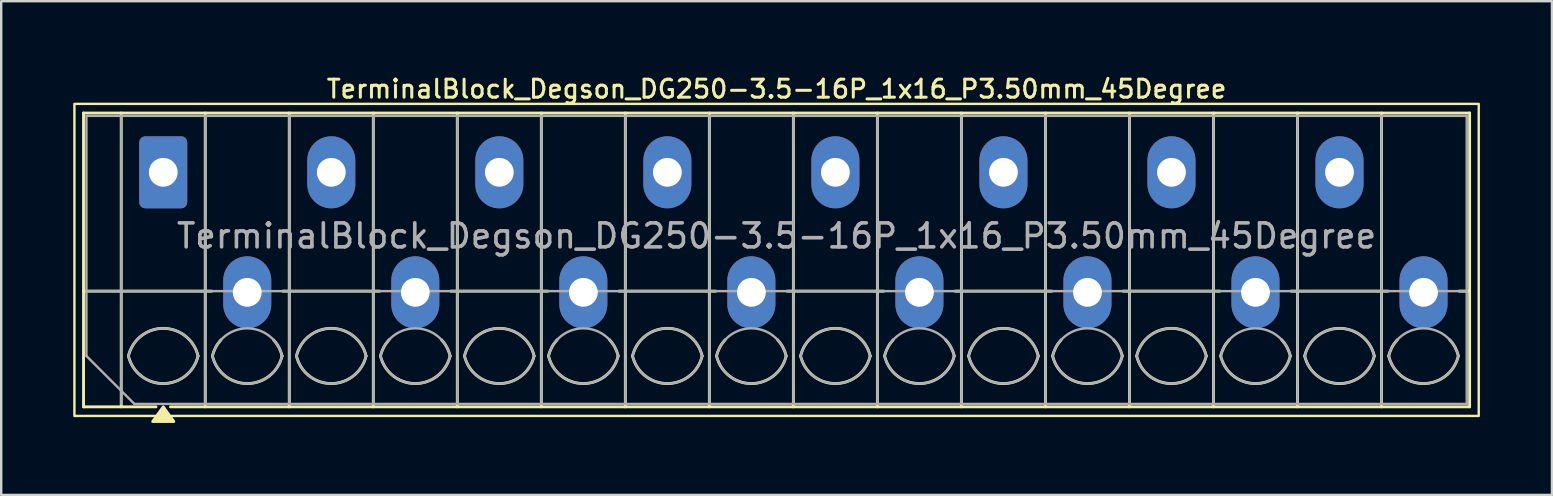
<source format=kicad_pcb>
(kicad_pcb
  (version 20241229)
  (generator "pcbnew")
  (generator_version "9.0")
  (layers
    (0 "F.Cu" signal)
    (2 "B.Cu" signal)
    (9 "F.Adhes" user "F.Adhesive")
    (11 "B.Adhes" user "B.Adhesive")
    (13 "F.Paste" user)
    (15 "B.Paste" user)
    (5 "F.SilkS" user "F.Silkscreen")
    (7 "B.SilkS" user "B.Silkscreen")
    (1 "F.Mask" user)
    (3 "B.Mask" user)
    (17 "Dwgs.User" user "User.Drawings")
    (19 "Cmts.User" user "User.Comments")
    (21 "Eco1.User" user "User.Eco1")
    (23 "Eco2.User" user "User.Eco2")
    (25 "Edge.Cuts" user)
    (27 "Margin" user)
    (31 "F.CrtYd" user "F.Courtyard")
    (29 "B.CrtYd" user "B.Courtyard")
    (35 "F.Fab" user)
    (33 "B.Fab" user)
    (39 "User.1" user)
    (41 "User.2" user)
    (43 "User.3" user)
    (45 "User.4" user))
  (footprint "TerminalBlock_Degson_DG250-3.5-16P_1x16_P3.50mm_45Degree"
    (layer "F.Cu")
    (at 3.75 4.128)
    (property "Reference" "TerminalBlock_Degson_DG250-3.5-16P_1x16_P3.50mm_45Degree" (at 25.55 -3.47 0) (layer "F.SilkS") (effects (font (size 0.75 0.75) (thickness 0.125))))
    (attr through_hole)
    (fp_line (start -3.32 -2.47) (end 54.42 -2.47) (stroke (width 0.12) (type solid)) (layer "F.SilkS"))
    (fp_line (start -3.32 4.95) (end 2.02 4.95) (stroke (width 0.12) (type solid)) (layer "F.SilkS"))
    (fp_line (start -3.32 9.77) (end -3.32 -2.47) (stroke (width 0.12) (type solid)) (layer "F.SilkS"))
    (fp_line (start -1.75 -2.47) (end -1.75 9.77) (stroke (width 0.12) (type solid)) (layer "F.SilkS"))
    (fp_line (start -0.3 9.77) (end -3.32 9.77) (stroke (width 0.12) (type solid)) (layer "F.SilkS"))
    (fp_line (start 1.75 -2.47) (end 1.75 9.77) (stroke (width 0.12) (type solid)) (layer "F.SilkS"))
    (fp_line (start 4.98 4.95) (end 9.02 4.95) (stroke (width 0.12) (type solid)) (layer "F.SilkS"))
    (fp_line (start 5.25 -2.47) (end 5.25 9.77) (stroke (width 0.12) (type solid)) (layer "F.SilkS"))
    (fp_line (start 8.75 -2.47) (end 8.75 9.77) (stroke (width 0.12) (type solid)) (layer "F.SilkS"))
    (fp_line (start 11.98 4.95) (end 16.02 4.95) (stroke (width 0.12) (type solid)) (layer "F.SilkS"))
    (fp_line (start 12.25 -2.47) (end 12.25 9.77) (stroke (width 0.12) (type solid)) (layer "F.SilkS"))
    (fp_line (start 15.75 -2.47) (end 15.75 9.77) (stroke (width 0.12) (type solid)) (layer "F.SilkS"))
    (fp_line (start 18.98 4.95) (end 23.02 4.95) (stroke (width 0.12) (type solid)) (layer "F.SilkS"))
    (fp_line (start 19.25 -2.47) (end 19.25 9.77) (stroke (width 0.12) (type solid)) (layer "F.SilkS"))
    (fp_line (start 22.75 -2.47) (end 22.75 9.77) (stroke (width 0.12) (type solid)) (layer "F.SilkS"))
    (fp_line (start 25.98 4.95) (end 30.02 4.95) (stroke (width 0.12) (type solid)) (layer "F.SilkS"))
    (fp_line (start 26.25 -2.47) (end 26.25 9.77) (stroke (width 0.12) (type solid)) (layer "F.SilkS"))
    (fp_line (start 29.75 -2.47) (end 29.75 9.77) (stroke (width 0.12) (type solid)) (layer "F.SilkS"))
    (fp_line (start 32.98 4.95) (end 37.02 4.95) (stroke (width 0.12) (type solid)) (layer "F.SilkS"))
    (fp_line (start 33.25 -2.47) (end 33.25 9.77) (stroke (width 0.12) (type solid)) (layer "F.SilkS"))
    (fp_line (start 36.75 -2.47) (end 36.75 9.77) (stroke (width 0.12) (type solid)) (layer "F.SilkS"))
    (fp_line (start 39.98 4.95) (end 44.02 4.95) (stroke (width 0.12) (type solid)) (layer "F.SilkS"))
    (fp_line (start 40.25 -2.47) (end 40.25 9.77) (stroke (width 0.12) (type solid)) (layer "F.SilkS"))
    (fp_line (start 43.75 -2.47) (end 43.75 9.77) (stroke (width 0.12) (type solid)) (layer "F.SilkS"))
    (fp_line (start 46.98 4.95) (end 51.02 4.95) (stroke (width 0.12) (type solid)) (layer "F.SilkS"))
    (fp_line (start 47.25 -2.47) (end 47.25 9.77) (stroke (width 0.12) (type solid)) (layer "F.SilkS"))
    (fp_line (start 50.75 -2.47) (end 50.75 9.77) (stroke (width 0.12) (type solid)) (layer "F.SilkS"))
    (fp_line (start 53.98 4.95) (end 54.42 4.95) (stroke (width 0.12) (type solid)) (layer "F.SilkS"))
    (fp_line (start 54.42 -2.47) (end 54.42 9.77) (stroke (width 0.12) (type solid)) (layer "F.SilkS"))
    (fp_line (start 54.42 9.77) (end 0.3 9.77) (stroke (width 0.12) (type solid)) (layer "F.SilkS"))
    (fp_rect (start -3.7 -2.85) (end 54.8 10.15) (stroke (width 0.1) (type solid)) (fill no) (layer "F.SilkS"))
    (fp_arc (start -1.45 7.65) (mid 0 6.5) (end 1.45 7.65) (stroke (width 0.12) (type solid)) (layer "F.SilkS"))
    (fp_arc (start 1.45 7.65) (mid 0 8.8) (end -1.45 7.65) (stroke (width 0.12) (type solid)) (layer "F.SilkS"))
    (fp_arc (start 2.05 7.65) (mid 2.18402 7.291962) (end 2.405 6.98) (stroke (width 0.12) (type solid)) (layer "F.SilkS"))
    (fp_arc (start 4.595 6.98) (mid 4.81598 7.291962) (end 4.95 7.65) (stroke (width 0.12) (type solid)) (layer "F.SilkS"))
    (fp_arc (start 4.95 7.65) (mid 3.5 8.8) (end 2.05 7.65) (stroke (width 0.12) (type solid)) (layer "F.SilkS"))
    (fp_arc (start 5.55 7.65) (mid 7 6.5) (end 8.45 7.65) (stroke (width 0.12) (type solid)) (layer "F.SilkS"))
    (fp_arc (start 8.45 7.65) (mid 7 8.8) (end 5.55 7.65) (stroke (width 0.12) (type solid)) (layer "F.SilkS"))
    (fp_arc (start 9.05 7.65) (mid 9.18402 7.291962) (end 9.405 6.98) (stroke (width 0.12) (type solid)) (layer "F.SilkS"))
    (fp_arc (start 11.595 6.98) (mid 11.81598 7.291962) (end 11.95 7.65) (stroke (width 0.12) (type solid)) (layer "F.SilkS"))
    (fp_arc (start 11.95 7.65) (mid 10.5 8.8) (end 9.05 7.65) (stroke (width 0.12) (type solid)) (layer "F.SilkS"))
    (fp_arc (start 12.55 7.65) (mid 14 6.5) (end 15.45 7.65) (stroke (width 0.12) (type solid)) (layer "F.SilkS"))
    (fp_arc (start 15.45 7.65) (mid 14 8.8) (end 12.55 7.65) (stroke (width 0.12) (type solid)) (layer "F.SilkS"))
    (fp_arc (start 16.05 7.65) (mid 16.18402 7.291962) (end 16.405 6.98) (stroke (width 0.12) (type solid)) (layer "F.SilkS"))
    (fp_arc (start 18.595 6.98) (mid 18.81598 7.291962) (end 18.95 7.65) (stroke (width 0.12) (type solid)) (layer "F.SilkS"))
    (fp_arc (start 18.95 7.65) (mid 17.5 8.8) (end 16.05 7.65) (stroke (width 0.12) (type solid)) (layer "F.SilkS"))
    (fp_arc (start 19.55 7.65) (mid 21 6.5) (end 22.45 7.65) (stroke (width 0.12) (type solid)) (layer "F.SilkS"))
    (fp_arc (start 22.45 7.65) (mid 21 8.8) (end 19.55 7.65) (stroke (width 0.12) (type solid)) (layer "F.SilkS"))
    (fp_arc (start 23.05 7.65) (mid 23.18402 7.291962) (end 23.405 6.98) (stroke (width 0.12) (type solid)) (layer "F.SilkS"))
    (fp_arc (start 25.595 6.98) (mid 25.81598 7.291962) (end 25.95 7.65) (stroke (width 0.12) (type solid)) (layer "F.SilkS"))
    (fp_arc (start 25.95 7.65) (mid 24.5 8.8) (end 23.05 7.65) (stroke (width 0.12) (type solid)) (layer "F.SilkS"))
    (fp_arc (start 26.55 7.65) (mid 28 6.5) (end 29.45 7.65) (stroke (width 0.12) (type solid)) (layer "F.SilkS"))
    (fp_arc (start 29.45 7.65) (mid 28 8.8) (end 26.55 7.65) (stroke (width 0.12) (type solid)) (layer "F.SilkS"))
    (fp_arc (start 30.05 7.65) (mid 30.18402 7.291962) (end 30.405 6.98) (stroke (width 0.12) (type solid)) (layer "F.SilkS"))
    (fp_arc (start 32.595 6.98) (mid 32.81598 7.291962) (end 32.95 7.65) (stroke (width 0.12) (type solid)) (layer "F.SilkS"))
    (fp_arc (start 32.95 7.65) (mid 31.5 8.8) (end 30.05 7.65) (stroke (width 0.12) (type solid)) (layer "F.SilkS"))
    (fp_arc (start 33.55 7.65) (mid 35 6.5) (end 36.45 7.65) (stroke (width 0.12) (type solid)) (layer "F.SilkS"))
    (fp_arc (start 36.45 7.65) (mid 35 8.8) (end 33.55 7.65) (stroke (width 0.12) (type solid)) (layer "F.SilkS"))
    (fp_arc (start 37.05 7.65) (mid 37.18402 7.291962) (end 37.405 6.98) (stroke (width 0.12) (type solid)) (layer "F.SilkS"))
    (fp_arc (start 39.595 6.98) (mid 39.81598 7.291962) (end 39.95 7.65) (stroke (width 0.12) (type solid)) (layer "F.SilkS"))
    (fp_arc (start 39.95 7.65) (mid 38.5 8.8) (end 37.05 7.65) (stroke (width 0.12) (type solid)) (layer "F.SilkS"))
    (fp_arc (start 40.55 7.65) (mid 42 6.5) (end 43.45 7.65) (stroke (width 0.12) (type solid)) (layer "F.SilkS"))
    (fp_arc (start 43.45 7.65) (mid 42 8.8) (end 40.55 7.65) (stroke (width 0.12) (type solid)) (layer "F.SilkS"))
    (fp_arc (start 44.05 7.65) (mid 44.18402 7.291962) (end 44.405 6.98) (stroke (width 0.12) (type solid)) (layer "F.SilkS"))
    (fp_arc (start 46.595 6.98) (mid 46.81598 7.291962) (end 46.95 7.65) (stroke (width 0.12) (type solid)) (layer "F.SilkS"))
    (fp_arc (start 46.95 7.65) (mid 45.5 8.8) (end 44.05 7.65) (stroke (width 0.12) (type solid)) (layer "F.SilkS"))
    (fp_arc (start 47.55 7.65) (mid 49 6.5) (end 50.45 7.65) (stroke (width 0.12) (type solid)) (layer "F.SilkS"))
    (fp_arc (start 50.45 7.65) (mid 49 8.8) (end 47.55 7.65) (stroke (width 0.12) (type solid)) (layer "F.SilkS"))
    (fp_arc (start 51.05 7.65) (mid 51.18402 7.291962) (end 51.405 6.98) (stroke (width 0.12) (type solid)) (layer "F.SilkS"))
    (fp_arc (start 53.595 6.98) (mid 53.81598 7.291962) (end 53.95 7.65) (stroke (width 0.12) (type solid)) (layer "F.SilkS"))
    (fp_arc (start 53.95 7.65) (mid 52.5 8.8) (end 51.05 7.65) (stroke (width 0.12) (type solid)) (layer "F.SilkS"))
    (fp_poly (pts (xy 0 9.77) (xy 0.44 10.38) (xy -0.44 10.38)) (stroke (width 0.12) (type solid)) (fill yes) (layer "F.SilkS"))
    (fp_line (start -3.2 -2.35) (end 54.3 -2.35) (stroke (width 0.1) (type solid)) (layer "F.Fab"))
    (fp_line (start -3.2 4.95) (end 54.3 4.95) (stroke (width 0.1) (type solid)) (layer "F.Fab"))
    (fp_line (start -3.2 7.65) (end -3.2 -2.35) (stroke (width 0.1) (type solid)) (layer "F.Fab"))
    (fp_line (start -1.75 -2.35) (end -1.75 9.65) (stroke (width 0.1) (type solid)) (layer "F.Fab"))
    (fp_line (start -1.2 9.65) (end -3.2 7.65) (stroke (width 0.1) (type solid)) (layer "F.Fab"))
    (fp_line (start 1.75 -2.35) (end 1.75 9.65) (stroke (width 0.1) (type solid)) (layer "F.Fab"))
    (fp_line (start 5.25 -2.35) (end 5.25 9.65) (stroke (width 0.1) (type solid)) (layer "F.Fab"))
    (fp_line (start 8.75 -2.35) (end 8.75 9.65) (stroke (width 0.1) (type solid)) (layer "F.Fab"))
    (fp_line (start 12.25 -2.35) (end 12.25 9.65) (stroke (width 0.1) (type solid)) (layer "F.Fab"))
    (fp_line (start 15.75 -2.35) (end 15.75 9.65) (stroke (width 0.1) (type solid)) (layer "F.Fab"))
    (fp_line (start 19.25 -2.35) (end 19.25 9.65) (stroke (width 0.1) (type solid)) (layer "F.Fab"))
    (fp_line (start 22.75 -2.35) (end 22.75 9.65) (stroke (width 0.1) (type solid)) (layer "F.Fab"))
    (fp_line (start 26.25 -2.35) (end 26.25 9.65) (stroke (width 0.1) (type solid)) (layer "F.Fab"))
    (fp_line (start 29.75 -2.35) (end 29.75 9.65) (stroke (width 0.1) (type solid)) (layer "F.Fab"))
    (fp_line (start 33.25 -2.35) (end 33.25 9.65) (stroke (width 0.1) (type solid)) (layer "F.Fab"))
    (fp_line (start 36.75 -2.35) (end 36.75 9.65) (stroke (width 0.1) (type solid)) (layer "F.Fab"))
    (fp_line (start 40.25 -2.35) (end 40.25 9.65) (stroke (width 0.1) (type solid)) (layer "F.Fab"))
    (fp_line (start 43.75 -2.35) (end 43.75 9.65) (stroke (width 0.1) (type solid)) (layer "F.Fab"))
    (fp_line (start 47.25 -2.35) (end 47.25 9.65) (stroke (width 0.1) (type solid)) (layer "F.Fab"))
    (fp_line (start 50.75 -2.35) (end 50.75 9.65) (stroke (width 0.1) (type solid)) (layer "F.Fab"))
    (fp_line (start 54.3 -2.35) (end 54.3 9.65) (stroke (width 0.1) (type solid)) (layer "F.Fab"))
    (fp_line (start 54.3 9.65) (end -1.2 9.65) (stroke (width 0.1) (type solid)) (layer "F.Fab"))
    (fp_arc (start -1.45 7.65) (mid 0 6.5) (end 1.45 7.65) (stroke (width 0.1) (type solid)) (layer "F.Fab"))
    (fp_arc (start 1.45 7.65) (mid 0 8.8) (end -1.45 7.65) (stroke (width 0.1) (type solid)) (layer "F.Fab"))
    (fp_arc (start 2.05 7.65) (mid 3.5 6.5) (end 4.95 7.65) (stroke (width 0.1) (type solid)) (layer "F.Fab"))
    (fp_arc (start 4.95 7.65) (mid 3.5 8.8) (end 2.05 7.65) (stroke (width 0.1) (type solid)) (layer "F.Fab"))
    (fp_arc (start 5.55 7.65) (mid 7 6.5) (end 8.45 7.65) (stroke (width 0.1) (type solid)) (layer "F.Fab"))
    (fp_arc (start 8.45 7.65) (mid 7 8.8) (end 5.55 7.65) (stroke (width 0.1) (type solid)) (layer "F.Fab"))
    (fp_arc (start 9.05 7.65) (mid 10.5 6.5) (end 11.95 7.65) (stroke (width 0.1) (type solid)) (layer "F.Fab"))
    (fp_arc (start 11.95 7.65) (mid 10.5 8.8) (end 9.05 7.65) (stroke (width 0.1) (type solid)) (layer "F.Fab"))
    (fp_arc (start 12.55 7.65) (mid 14 6.5) (end 15.45 7.65) (stroke (width 0.1) (type solid)) (layer "F.Fab"))
    (fp_arc (start 15.45 7.65) (mid 14 8.8) (end 12.55 7.65) (stroke (width 0.1) (type solid)) (layer "F.Fab"))
    (fp_arc (start 16.05 7.65) (mid 17.5 6.5) (end 18.95 7.65) (stroke (width 0.1) (type solid)) (layer "F.Fab"))
    (fp_arc (start 18.95 7.65) (mid 17.5 8.8) (end 16.05 7.65) (stroke (width 0.1) (type solid)) (layer "F.Fab"))
    (fp_arc (start 19.55 7.65) (mid 21 6.5) (end 22.45 7.65) (stroke (width 0.1) (type solid)) (layer "F.Fab"))
    (fp_arc (start 22.45 7.65) (mid 21 8.8) (end 19.55 7.65) (stroke (width 0.1) (type solid)) (layer "F.Fab"))
    (fp_arc (start 23.05 7.65) (mid 24.5 6.5) (end 25.95 7.65) (stroke (width 0.1) (type solid)) (layer "F.Fab"))
    (fp_arc (start 25.95 7.65) (mid 24.5 8.8) (end 23.05 7.65) (stroke (width 0.1) (type solid)) (layer "F.Fab"))
    (fp_arc (start 26.55 7.65) (mid 28 6.5) (end 29.45 7.65) (stroke (width 0.1) (type solid)) (layer "F.Fab"))
    (fp_arc (start 29.45 7.65) (mid 28 8.8) (end 26.55 7.65) (stroke (width 0.1) (type solid)) (layer "F.Fab"))
    (fp_arc (start 30.05 7.65) (mid 31.5 6.5) (end 32.95 7.65) (stroke (width 0.1) (type solid)) (layer "F.Fab"))
    (fp_arc (start 32.95 7.65) (mid 31.5 8.8) (end 30.05 7.65) (stroke (width 0.1) (type solid)) (layer "F.Fab"))
    (fp_arc (start 33.55 7.65) (mid 35 6.5) (end 36.45 7.65) (stroke (width 0.1) (type solid)) (layer "F.Fab"))
    (fp_arc (start 36.45 7.65) (mid 35 8.8) (end 33.55 7.65) (stroke (width 0.1) (type solid)) (layer "F.Fab"))
    (fp_arc (start 37.05 7.65) (mid 38.5 6.5) (end 39.95 7.65) (stroke (width 0.1) (type solid)) (layer "F.Fab"))
    (fp_arc (start 39.95 7.65) (mid 38.5 8.8) (end 37.05 7.65) (stroke (width 0.1) (type solid)) (layer "F.Fab"))
    (fp_arc (start 40.55 7.65) (mid 42 6.5) (end 43.45 7.65) (stroke (width 0.1) (type solid)) (layer "F.Fab"))
    (fp_arc (start 43.45 7.65) (mid 42 8.8) (end 40.55 7.65) (stroke (width 0.1) (type solid)) (layer "F.Fab"))
    (fp_arc (start 44.05 7.65) (mid 45.5 6.5) (end 46.95 7.65) (stroke (width 0.1) (type solid)) (layer "F.Fab"))
    (fp_arc (start 46.95 7.65) (mid 45.5 8.8) (end 44.05 7.65) (stroke (width 0.1) (type solid)) (layer "F.Fab"))
    (fp_arc (start 47.55 7.65) (mid 49 6.5) (end 50.45 7.65) (stroke (width 0.1) (type solid)) (layer "F.Fab"))
    (fp_arc (start 50.45 7.65) (mid 49 8.8) (end 47.55 7.65) (stroke (width 0.1) (type solid)) (layer "F.Fab"))
    (fp_arc (start 51.05 7.65) (mid 52.5 6.5) (end 53.95 7.65) (stroke (width 0.1) (type solid)) (layer "F.Fab"))
    (fp_arc (start 53.95 7.65) (mid 52.5 8.8) (end 51.05 7.65) (stroke (width 0.1) (type solid)) (layer "F.Fab"))
    (fp_text user "${REFERENCE}" (at 25.55 2.65 0) (layer "F.Fab") (effects (font (size 1 1) (thickness 0.15))))
    (pad "1" thru_hole roundrect (at 0 0) (size 2 3) (drill 1.2) (layers "*.Cu" "*.Mask") (roundrect_rratio 0.125))
    (pad "2" thru_hole oval (at 3.5 5) (size 2 3) (drill 1.2) (layers "*.Cu" "*.Mask"))
    (pad "3" thru_hole oval (at 7 0) (size 2 3) (drill 1.2) (layers "*.Cu" "*.Mask"))
    (pad "4" thru_hole oval (at 10.5 5) (size 2 3) (drill 1.2) (layers "*.Cu" "*.Mask"))
    (pad "5" thru_hole oval (at 14 0) (size 2 3) (drill 1.2) (layers "*.Cu" "*.Mask"))
    (pad "6" thru_hole oval (at 17.5 5) (size 2 3) (drill 1.2) (layers "*.Cu" "*.Mask"))
    (pad "7" thru_hole oval (at 21 0) (size 2 3) (drill 1.2) (layers "*.Cu" "*.Mask"))
    (pad "8" thru_hole oval (at 24.5 5) (size 2 3) (drill 1.2) (layers "*.Cu" "*.Mask"))
    (pad "9" thru_hole oval (at 28 0) (size 2 3) (drill 1.2) (layers "*.Cu" "*.Mask"))
    (pad "10" thru_hole oval (at 31.5 5) (size 2 3) (drill 1.2) (layers "*.Cu" "*.Mask"))
    (pad "11" thru_hole oval (at 35 0) (size 2 3) (drill 1.2) (layers "*.Cu" "*.Mask"))
    (pad "12" thru_hole oval (at 38.5 5) (size 2 3) (drill 1.2) (layers "*.Cu" "*.Mask"))
    (pad "13" thru_hole oval (at 42 0) (size 2 3) (drill 1.2) (layers "*.Cu" "*.Mask"))
    (pad "14" thru_hole oval (at 45.5 5) (size 2 3) (drill 1.2) (layers "*.Cu" "*.Mask"))
    (pad "15" thru_hole oval (at 49 0) (size 2 3) (drill 1.2) (layers "*.Cu" "*.Mask"))
    (pad "16" thru_hole oval (at 52.5 5) (size 2 3) (drill 1.2) (layers "*.Cu" "*.Mask")))
  (gr_rect
    (start -3 -3)
    (end 61.6 17.568)
    (stroke (width 0.1) (type default))
    (fill no)
    (layer "Edge.Cuts")))
</source>
